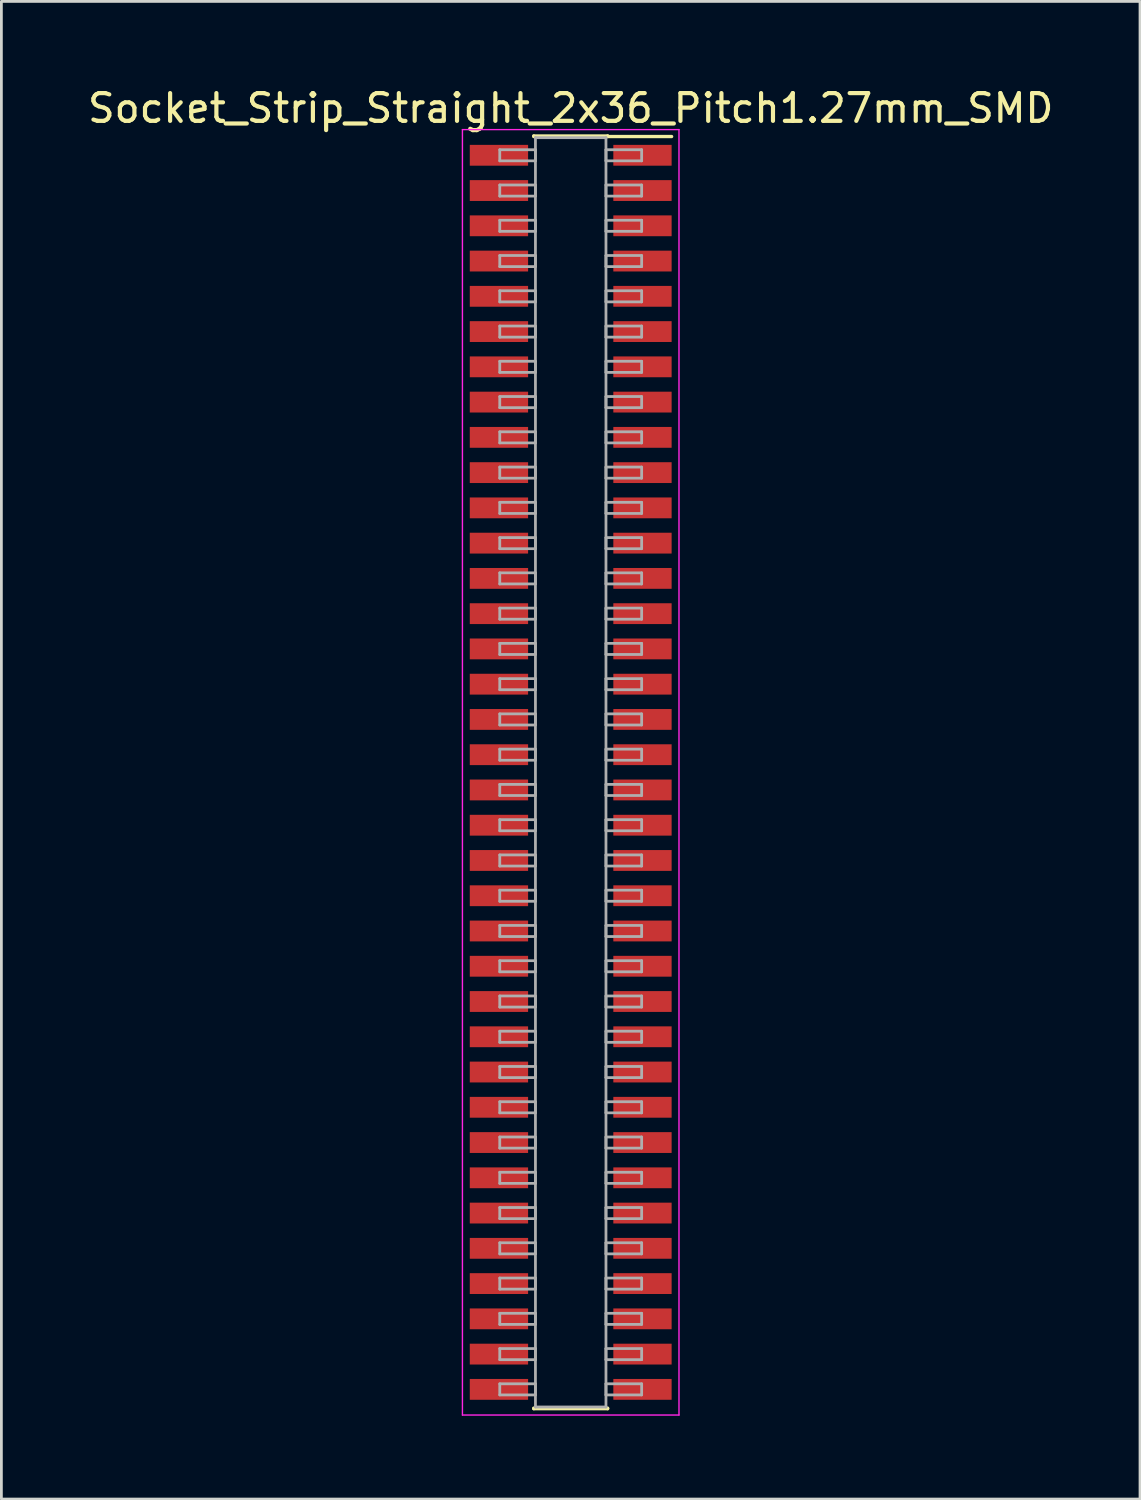
<source format=kicad_pcb>
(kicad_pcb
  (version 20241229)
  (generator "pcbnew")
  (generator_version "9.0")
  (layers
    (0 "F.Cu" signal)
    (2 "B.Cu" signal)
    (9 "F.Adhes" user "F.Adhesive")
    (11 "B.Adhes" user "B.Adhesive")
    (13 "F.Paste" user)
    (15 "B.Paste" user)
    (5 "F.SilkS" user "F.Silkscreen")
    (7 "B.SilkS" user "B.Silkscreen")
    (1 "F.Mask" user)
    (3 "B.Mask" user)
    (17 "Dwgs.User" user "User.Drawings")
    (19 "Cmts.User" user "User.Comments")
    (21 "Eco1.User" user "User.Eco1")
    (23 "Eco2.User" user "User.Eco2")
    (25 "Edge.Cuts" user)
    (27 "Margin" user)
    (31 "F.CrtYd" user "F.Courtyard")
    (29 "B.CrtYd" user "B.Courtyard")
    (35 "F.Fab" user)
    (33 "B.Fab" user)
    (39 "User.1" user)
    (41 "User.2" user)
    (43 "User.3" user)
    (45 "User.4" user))
  (footprint "Socket_Strip_Straight_2x36_Pitch1.27mm_SMD"
    (layer "F.Cu")
    (at 17.506 24.768)
    (property "Reference" "Socket_Strip_Straight_2x36_Pitch1.27mm_SMD" (at 0 -23.92 0) (layer "F.SilkS") (effects (font (size 1 1) (thickness 0.15))))
    (attr smd)
    (fp_line (start -1.33 -22.92) (end 1.33 -22.92) (stroke (width 0.12) (type solid)) (layer "F.SilkS"))
    (fp_line (start -1.33 -22.9) (end -1.33 -22.92) (stroke (width 0.12) (type solid)) (layer "F.SilkS"))
    (fp_line (start -1.33 22.9) (end -1.33 22.92) (stroke (width 0.12) (type solid)) (layer "F.SilkS"))
    (fp_line (start -1.33 22.92) (end 1.33 22.92) (stroke (width 0.12) (type solid)) (layer "F.SilkS"))
    (fp_line (start 1.33 -22.92) (end 1.33 -22.9) (stroke (width 0.12) (type solid)) (layer "F.SilkS"))
    (fp_line (start 1.33 22.92) (end 1.33 22.9) (stroke (width 0.12) (type solid)) (layer "F.SilkS"))
    (fp_line (start 3.635 -22.9) (end 1.33 -22.9) (stroke (width 0.12) (type solid)) (layer "F.SilkS"))
    (fp_line (start -3.9 -23.15) (end -3.9 23.15) (stroke (width 0.05) (type solid)) (layer "F.CrtYd"))
    (fp_line (start -3.9 23.15) (end 3.9 23.15) (stroke (width 0.05) (type solid)) (layer "F.CrtYd"))
    (fp_line (start 3.9 -23.15) (end -3.9 -23.15) (stroke (width 0.05) (type solid)) (layer "F.CrtYd"))
    (fp_line (start 3.9 23.15) (end 3.9 -23.15) (stroke (width 0.05) (type solid)) (layer "F.CrtYd"))
    (fp_line (start -2.555 -22.425) (end -1.27 -22.425) (stroke (width 0.1) (type solid)) (layer "F.Fab"))
    (fp_line (start -2.555 -22.025) (end -2.555 -22.425) (stroke (width 0.1) (type solid)) (layer "F.Fab"))
    (fp_line (start -2.555 -21.155) (end -1.27 -21.155) (stroke (width 0.1) (type solid)) (layer "F.Fab"))
    (fp_line (start -2.555 -20.755) (end -2.555 -21.155) (stroke (width 0.1) (type solid)) (layer "F.Fab"))
    (fp_line (start -2.555 -19.885) (end -1.27 -19.885) (stroke (width 0.1) (type solid)) (layer "F.Fab"))
    (fp_line (start -2.555 -19.485) (end -2.555 -19.885) (stroke (width 0.1) (type solid)) (layer "F.Fab"))
    (fp_line (start -2.555 -18.615) (end -1.27 -18.615) (stroke (width 0.1) (type solid)) (layer "F.Fab"))
    (fp_line (start -2.555 -18.215) (end -2.555 -18.615) (stroke (width 0.1) (type solid)) (layer "F.Fab"))
    (fp_line (start -2.555 -17.345) (end -1.27 -17.345) (stroke (width 0.1) (type solid)) (layer "F.Fab"))
    (fp_line (start -2.555 -16.945) (end -2.555 -17.345) (stroke (width 0.1) (type solid)) (layer "F.Fab"))
    (fp_line (start -2.555 -16.075) (end -1.27 -16.075) (stroke (width 0.1) (type solid)) (layer "F.Fab"))
    (fp_line (start -2.555 -15.675) (end -2.555 -16.075) (stroke (width 0.1) (type solid)) (layer "F.Fab"))
    (fp_line (start -2.555 -14.805) (end -1.27 -14.805) (stroke (width 0.1) (type solid)) (layer "F.Fab"))
    (fp_line (start -2.555 -14.405) (end -2.555 -14.805) (stroke (width 0.1) (type solid)) (layer "F.Fab"))
    (fp_line (start -2.555 -13.535) (end -1.27 -13.535) (stroke (width 0.1) (type solid)) (layer "F.Fab"))
    (fp_line (start -2.555 -13.135) (end -2.555 -13.535) (stroke (width 0.1) (type solid)) (layer "F.Fab"))
    (fp_line (start -2.555 -12.265) (end -1.27 -12.265) (stroke (width 0.1) (type solid)) (layer "F.Fab"))
    (fp_line (start -2.555 -11.865) (end -2.555 -12.265) (stroke (width 0.1) (type solid)) (layer "F.Fab"))
    (fp_line (start -2.555 -10.995) (end -1.27 -10.995) (stroke (width 0.1) (type solid)) (layer "F.Fab"))
    (fp_line (start -2.555 -10.595) (end -2.555 -10.995) (stroke (width 0.1) (type solid)) (layer "F.Fab"))
    (fp_line (start -2.555 -9.725) (end -1.27 -9.725) (stroke (width 0.1) (type solid)) (layer "F.Fab"))
    (fp_line (start -2.555 -9.325) (end -2.555 -9.725) (stroke (width 0.1) (type solid)) (layer "F.Fab"))
    (fp_line (start -2.555 -8.455) (end -1.27 -8.455) (stroke (width 0.1) (type solid)) (layer "F.Fab"))
    (fp_line (start -2.555 -8.055) (end -2.555 -8.455) (stroke (width 0.1) (type solid)) (layer "F.Fab"))
    (fp_line (start -2.555 -7.185) (end -1.27 -7.185) (stroke (width 0.1) (type solid)) (layer "F.Fab"))
    (fp_line (start -2.555 -6.785) (end -2.555 -7.185) (stroke (width 0.1) (type solid)) (layer "F.Fab"))
    (fp_line (start -2.555 -5.915) (end -1.27 -5.915) (stroke (width 0.1) (type solid)) (layer "F.Fab"))
    (fp_line (start -2.555 -5.515) (end -2.555 -5.915) (stroke (width 0.1) (type solid)) (layer "F.Fab"))
    (fp_line (start -2.555 -4.645) (end -1.27 -4.645) (stroke (width 0.1) (type solid)) (layer "F.Fab"))
    (fp_line (start -2.555 -4.245) (end -2.555 -4.645) (stroke (width 0.1) (type solid)) (layer "F.Fab"))
    (fp_line (start -2.555 -3.375) (end -1.27 -3.375) (stroke (width 0.1) (type solid)) (layer "F.Fab"))
    (fp_line (start -2.555 -2.975) (end -2.555 -3.375) (stroke (width 0.1) (type solid)) (layer "F.Fab"))
    (fp_line (start -2.555 -2.105) (end -1.27 -2.105) (stroke (width 0.1) (type solid)) (layer "F.Fab"))
    (fp_line (start -2.555 -1.705) (end -2.555 -2.105) (stroke (width 0.1) (type solid)) (layer "F.Fab"))
    (fp_line (start -2.555 -0.835) (end -1.27 -0.835) (stroke (width 0.1) (type solid)) (layer "F.Fab"))
    (fp_line (start -2.555 -0.435) (end -2.555 -0.835) (stroke (width 0.1) (type solid)) (layer "F.Fab"))
    (fp_line (start -2.555 0.435) (end -1.27 0.435) (stroke (width 0.1) (type solid)) (layer "F.Fab"))
    (fp_line (start -2.555 0.835) (end -2.555 0.435) (stroke (width 0.1) (type solid)) (layer "F.Fab"))
    (fp_line (start -2.555 1.705) (end -1.27 1.705) (stroke (width 0.1) (type solid)) (layer "F.Fab"))
    (fp_line (start -2.555 2.105) (end -2.555 1.705) (stroke (width 0.1) (type solid)) (layer "F.Fab"))
    (fp_line (start -2.555 2.975) (end -1.27 2.975) (stroke (width 0.1) (type solid)) (layer "F.Fab"))
    (fp_line (start -2.555 3.375) (end -2.555 2.975) (stroke (width 0.1) (type solid)) (layer "F.Fab"))
    (fp_line (start -2.555 4.245) (end -1.27 4.245) (stroke (width 0.1) (type solid)) (layer "F.Fab"))
    (fp_line (start -2.555 4.645) (end -2.555 4.245) (stroke (width 0.1) (type solid)) (layer "F.Fab"))
    (fp_line (start -2.555 5.515) (end -1.27 5.515) (stroke (width 0.1) (type solid)) (layer "F.Fab"))
    (fp_line (start -2.555 5.915) (end -2.555 5.515) (stroke (width 0.1) (type solid)) (layer "F.Fab"))
    (fp_line (start -2.555 6.785) (end -1.27 6.785) (stroke (width 0.1) (type solid)) (layer "F.Fab"))
    (fp_line (start -2.555 7.185) (end -2.555 6.785) (stroke (width 0.1) (type solid)) (layer "F.Fab"))
    (fp_line (start -2.555 8.055) (end -1.27 8.055) (stroke (width 0.1) (type solid)) (layer "F.Fab"))
    (fp_line (start -2.555 8.455) (end -2.555 8.055) (stroke (width 0.1) (type solid)) (layer "F.Fab"))
    (fp_line (start -2.555 9.325) (end -1.27 9.325) (stroke (width 0.1) (type solid)) (layer "F.Fab"))
    (fp_line (start -2.555 9.725) (end -2.555 9.325) (stroke (width 0.1) (type solid)) (layer "F.Fab"))
    (fp_line (start -2.555 10.595) (end -1.27 10.595) (stroke (width 0.1) (type solid)) (layer "F.Fab"))
    (fp_line (start -2.555 10.995) (end -2.555 10.595) (stroke (width 0.1) (type solid)) (layer "F.Fab"))
    (fp_line (start -2.555 11.865) (end -1.27 11.865) (stroke (width 0.1) (type solid)) (layer "F.Fab"))
    (fp_line (start -2.555 12.265) (end -2.555 11.865) (stroke (width 0.1) (type solid)) (layer "F.Fab"))
    (fp_line (start -2.555 13.135) (end -1.27 13.135) (stroke (width 0.1) (type solid)) (layer "F.Fab"))
    (fp_line (start -2.555 13.535) (end -2.555 13.135) (stroke (width 0.1) (type solid)) (layer "F.Fab"))
    (fp_line (start -2.555 14.405) (end -1.27 14.405) (stroke (width 0.1) (type solid)) (layer "F.Fab"))
    (fp_line (start -2.555 14.805) (end -2.555 14.405) (stroke (width 0.1) (type solid)) (layer "F.Fab"))
    (fp_line (start -2.555 15.675) (end -1.27 15.675) (stroke (width 0.1) (type solid)) (layer "F.Fab"))
    (fp_line (start -2.555 16.075) (end -2.555 15.675) (stroke (width 0.1) (type solid)) (layer "F.Fab"))
    (fp_line (start -2.555 16.945) (end -1.27 16.945) (stroke (width 0.1) (type solid)) (layer "F.Fab"))
    (fp_line (start -2.555 17.345) (end -2.555 16.945) (stroke (width 0.1) (type solid)) (layer "F.Fab"))
    (fp_line (start -2.555 18.215) (end -1.27 18.215) (stroke (width 0.1) (type solid)) (layer "F.Fab"))
    (fp_line (start -2.555 18.615) (end -2.555 18.215) (stroke (width 0.1) (type solid)) (layer "F.Fab"))
    (fp_line (start -2.555 19.485) (end -1.27 19.485) (stroke (width 0.1) (type solid)) (layer "F.Fab"))
    (fp_line (start -2.555 19.885) (end -2.555 19.485) (stroke (width 0.1) (type solid)) (layer "F.Fab"))
    (fp_line (start -2.555 20.755) (end -1.27 20.755) (stroke (width 0.1) (type solid)) (layer "F.Fab"))
    (fp_line (start -2.555 21.155) (end -2.555 20.755) (stroke (width 0.1) (type solid)) (layer "F.Fab"))
    (fp_line (start -2.555 22.025) (end -1.27 22.025) (stroke (width 0.1) (type solid)) (layer "F.Fab"))
    (fp_line (start -2.555 22.425) (end -2.555 22.025) (stroke (width 0.1) (type solid)) (layer "F.Fab"))
    (fp_line (start -1.27 -22.86) (end -1.27 22.86) (stroke (width 0.1) (type solid)) (layer "F.Fab"))
    (fp_line (start -1.27 -22.425) (end -1.27 -22.025) (stroke (width 0.1) (type solid)) (layer "F.Fab"))
    (fp_line (start -1.27 -22.025) (end -2.555 -22.025) (stroke (width 0.1) (type solid)) (layer "F.Fab"))
    (fp_line (start -1.27 -21.155) (end -1.27 -20.755) (stroke (width 0.1) (type solid)) (layer "F.Fab"))
    (fp_line (start -1.27 -20.755) (end -2.555 -20.755) (stroke (width 0.1) (type solid)) (layer "F.Fab"))
    (fp_line (start -1.27 -19.885) (end -1.27 -19.485) (stroke (width 0.1) (type solid)) (layer "F.Fab"))
    (fp_line (start -1.27 -19.485) (end -2.555 -19.485) (stroke (width 0.1) (type solid)) (layer "F.Fab"))
    (fp_line (start -1.27 -18.615) (end -1.27 -18.215) (stroke (width 0.1) (type solid)) (layer "F.Fab"))
    (fp_line (start -1.27 -18.215) (end -2.555 -18.215) (stroke (width 0.1) (type solid)) (layer "F.Fab"))
    (fp_line (start -1.27 -17.345) (end -1.27 -16.945) (stroke (width 0.1) (type solid)) (layer "F.Fab"))
    (fp_line (start -1.27 -16.945) (end -2.555 -16.945) (stroke (width 0.1) (type solid)) (layer "F.Fab"))
    (fp_line (start -1.27 -16.075) (end -1.27 -15.675) (stroke (width 0.1) (type solid)) (layer "F.Fab"))
    (fp_line (start -1.27 -15.675) (end -2.555 -15.675) (stroke (width 0.1) (type solid)) (layer "F.Fab"))
    (fp_line (start -1.27 -14.805) (end -1.27 -14.405) (stroke (width 0.1) (type solid)) (layer "F.Fab"))
    (fp_line (start -1.27 -14.405) (end -2.555 -14.405) (stroke (width 0.1) (type solid)) (layer "F.Fab"))
    (fp_line (start -1.27 -13.535) (end -1.27 -13.135) (stroke (width 0.1) (type solid)) (layer "F.Fab"))
    (fp_line (start -1.27 -13.135) (end -2.555 -13.135) (stroke (width 0.1) (type solid)) (layer "F.Fab"))
    (fp_line (start -1.27 -12.265) (end -1.27 -11.865) (stroke (width 0.1) (type solid)) (layer "F.Fab"))
    (fp_line (start -1.27 -11.865) (end -2.555 -11.865) (stroke (width 0.1) (type solid)) (layer "F.Fab"))
    (fp_line (start -1.27 -10.995) (end -1.27 -10.595) (stroke (width 0.1) (type solid)) (layer "F.Fab"))
    (fp_line (start -1.27 -10.595) (end -2.555 -10.595) (stroke (width 0.1) (type solid)) (layer "F.Fab"))
    (fp_line (start -1.27 -9.725) (end -1.27 -9.325) (stroke (width 0.1) (type solid)) (layer "F.Fab"))
    (fp_line (start -1.27 -9.325) (end -2.555 -9.325) (stroke (width 0.1) (type solid)) (layer "F.Fab"))
    (fp_line (start -1.27 -8.455) (end -1.27 -8.055) (stroke (width 0.1) (type solid)) (layer "F.Fab"))
    (fp_line (start -1.27 -8.055) (end -2.555 -8.055) (stroke (width 0.1) (type solid)) (layer "F.Fab"))
    (fp_line (start -1.27 -7.185) (end -1.27 -6.785) (stroke (width 0.1) (type solid)) (layer "F.Fab"))
    (fp_line (start -1.27 -6.785) (end -2.555 -6.785) (stroke (width 0.1) (type solid)) (layer "F.Fab"))
    (fp_line (start -1.27 -5.915) (end -1.27 -5.515) (stroke (width 0.1) (type solid)) (layer "F.Fab"))
    (fp_line (start -1.27 -5.515) (end -2.555 -5.515) (stroke (width 0.1) (type solid)) (layer "F.Fab"))
    (fp_line (start -1.27 -4.645) (end -1.27 -4.245) (stroke (width 0.1) (type solid)) (layer "F.Fab"))
    (fp_line (start -1.27 -4.245) (end -2.555 -4.245) (stroke (width 0.1) (type solid)) (layer "F.Fab"))
    (fp_line (start -1.27 -3.375) (end -1.27 -2.975) (stroke (width 0.1) (type solid)) (layer "F.Fab"))
    (fp_line (start -1.27 -2.975) (end -2.555 -2.975) (stroke (width 0.1) (type solid)) (layer "F.Fab"))
    (fp_line (start -1.27 -2.105) (end -1.27 -1.705) (stroke (width 0.1) (type solid)) (layer "F.Fab"))
    (fp_line (start -1.27 -1.705) (end -2.555 -1.705) (stroke (width 0.1) (type solid)) (layer "F.Fab"))
    (fp_line (start -1.27 -0.835) (end -1.27 -0.435) (stroke (width 0.1) (type solid)) (layer "F.Fab"))
    (fp_line (start -1.27 -0.435) (end -2.555 -0.435) (stroke (width 0.1) (type solid)) (layer "F.Fab"))
    (fp_line (start -1.27 0.435) (end -1.27 0.835) (stroke (width 0.1) (type solid)) (layer "F.Fab"))
    (fp_line (start -1.27 0.835) (end -2.555 0.835) (stroke (width 0.1) (type solid)) (layer "F.Fab"))
    (fp_line (start -1.27 1.705) (end -1.27 2.105) (stroke (width 0.1) (type solid)) (layer "F.Fab"))
    (fp_line (start -1.27 2.105) (end -2.555 2.105) (stroke (width 0.1) (type solid)) (layer "F.Fab"))
    (fp_line (start -1.27 2.975) (end -1.27 3.375) (stroke (width 0.1) (type solid)) (layer "F.Fab"))
    (fp_line (start -1.27 3.375) (end -2.555 3.375) (stroke (width 0.1) (type solid)) (layer "F.Fab"))
    (fp_line (start -1.27 4.245) (end -1.27 4.645) (stroke (width 0.1) (type solid)) (layer "F.Fab"))
    (fp_line (start -1.27 4.645) (end -2.555 4.645) (stroke (width 0.1) (type solid)) (layer "F.Fab"))
    (fp_line (start -1.27 5.515) (end -1.27 5.915) (stroke (width 0.1) (type solid)) (layer "F.Fab"))
    (fp_line (start -1.27 5.915) (end -2.555 5.915) (stroke (width 0.1) (type solid)) (layer "F.Fab"))
    (fp_line (start -1.27 6.785) (end -1.27 7.185) (stroke (width 0.1) (type solid)) (layer "F.Fab"))
    (fp_line (start -1.27 7.185) (end -2.555 7.185) (stroke (width 0.1) (type solid)) (layer "F.Fab"))
    (fp_line (start -1.27 8.055) (end -1.27 8.455) (stroke (width 0.1) (type solid)) (layer "F.Fab"))
    (fp_line (start -1.27 8.455) (end -2.555 8.455) (stroke (width 0.1) (type solid)) (layer "F.Fab"))
    (fp_line (start -1.27 9.325) (end -1.27 9.725) (stroke (width 0.1) (type solid)) (layer "F.Fab"))
    (fp_line (start -1.27 9.725) (end -2.555 9.725) (stroke (width 0.1) (type solid)) (layer "F.Fab"))
    (fp_line (start -1.27 10.595) (end -1.27 10.995) (stroke (width 0.1) (type solid)) (layer "F.Fab"))
    (fp_line (start -1.27 10.995) (end -2.555 10.995) (stroke (width 0.1) (type solid)) (layer "F.Fab"))
    (fp_line (start -1.27 11.865) (end -1.27 12.265) (stroke (width 0.1) (type solid)) (layer "F.Fab"))
    (fp_line (start -1.27 12.265) (end -2.555 12.265) (stroke (width 0.1) (type solid)) (layer "F.Fab"))
    (fp_line (start -1.27 13.135) (end -1.27 13.535) (stroke (width 0.1) (type solid)) (layer "F.Fab"))
    (fp_line (start -1.27 13.535) (end -2.555 13.535) (stroke (width 0.1) (type solid)) (layer "F.Fab"))
    (fp_line (start -1.27 14.405) (end -1.27 14.805) (stroke (width 0.1) (type solid)) (layer "F.Fab"))
    (fp_line (start -1.27 14.805) (end -2.555 14.805) (stroke (width 0.1) (type solid)) (layer "F.Fab"))
    (fp_line (start -1.27 15.675) (end -1.27 16.075) (stroke (width 0.1) (type solid)) (layer "F.Fab"))
    (fp_line (start -1.27 16.075) (end -2.555 16.075) (stroke (width 0.1) (type solid)) (layer "F.Fab"))
    (fp_line (start -1.27 16.945) (end -1.27 17.345) (stroke (width 0.1) (type solid)) (layer "F.Fab"))
    (fp_line (start -1.27 17.345) (end -2.555 17.345) (stroke (width 0.1) (type solid)) (layer "F.Fab"))
    (fp_line (start -1.27 18.215) (end -1.27 18.615) (stroke (width 0.1) (type solid)) (layer "F.Fab"))
    (fp_line (start -1.27 18.615) (end -2.555 18.615) (stroke (width 0.1) (type solid)) (layer "F.Fab"))
    (fp_line (start -1.27 19.485) (end -1.27 19.885) (stroke (width 0.1) (type solid)) (layer "F.Fab"))
    (fp_line (start -1.27 19.885) (end -2.555 19.885) (stroke (width 0.1) (type solid)) (layer "F.Fab"))
    (fp_line (start -1.27 20.755) (end -1.27 21.155) (stroke (width 0.1) (type solid)) (layer "F.Fab"))
    (fp_line (start -1.27 21.155) (end -2.555 21.155) (stroke (width 0.1) (type solid)) (layer "F.Fab"))
    (fp_line (start -1.27 22.025) (end -1.27 22.425) (stroke (width 0.1) (type solid)) (layer "F.Fab"))
    (fp_line (start -1.27 22.425) (end -2.555 22.425) (stroke (width 0.1) (type solid)) (layer "F.Fab"))
    (fp_line (start -1.27 22.86) (end 1.27 22.86) (stroke (width 0.1) (type solid)) (layer "F.Fab"))
    (fp_line (start 1.27 -22.86) (end -1.27 -22.86) (stroke (width 0.1) (type solid)) (layer "F.Fab"))
    (fp_line (start 1.27 -22.425) (end 1.27 -22.025) (stroke (width 0.1) (type solid)) (layer "F.Fab"))
    (fp_line (start 1.27 -22.025) (end 2.555 -22.025) (stroke (width 0.1) (type solid)) (layer "F.Fab"))
    (fp_line (start 1.27 -21.155) (end 1.27 -20.755) (stroke (width 0.1) (type solid)) (layer "F.Fab"))
    (fp_line (start 1.27 -20.755) (end 2.555 -20.755) (stroke (width 0.1) (type solid)) (layer "F.Fab"))
    (fp_line (start 1.27 -19.885) (end 1.27 -19.485) (stroke (width 0.1) (type solid)) (layer "F.Fab"))
    (fp_line (start 1.27 -19.485) (end 2.555 -19.485) (stroke (width 0.1) (type solid)) (layer "F.Fab"))
    (fp_line (start 1.27 -18.615) (end 1.27 -18.215) (stroke (width 0.1) (type solid)) (layer "F.Fab"))
    (fp_line (start 1.27 -18.215) (end 2.555 -18.215) (stroke (width 0.1) (type solid)) (layer "F.Fab"))
    (fp_line (start 1.27 -17.345) (end 1.27 -16.945) (stroke (width 0.1) (type solid)) (layer "F.Fab"))
    (fp_line (start 1.27 -16.945) (end 2.555 -16.945) (stroke (width 0.1) (type solid)) (layer "F.Fab"))
    (fp_line (start 1.27 -16.075) (end 1.27 -15.675) (stroke (width 0.1) (type solid)) (layer "F.Fab"))
    (fp_line (start 1.27 -15.675) (end 2.555 -15.675) (stroke (width 0.1) (type solid)) (layer "F.Fab"))
    (fp_line (start 1.27 -14.805) (end 1.27 -14.405) (stroke (width 0.1) (type solid)) (layer "F.Fab"))
    (fp_line (start 1.27 -14.405) (end 2.555 -14.405) (stroke (width 0.1) (type solid)) (layer "F.Fab"))
    (fp_line (start 1.27 -13.535) (end 1.27 -13.135) (stroke (width 0.1) (type solid)) (layer "F.Fab"))
    (fp_line (start 1.27 -13.135) (end 2.555 -13.135) (stroke (width 0.1) (type solid)) (layer "F.Fab"))
    (fp_line (start 1.27 -12.265) (end 1.27 -11.865) (stroke (width 0.1) (type solid)) (layer "F.Fab"))
    (fp_line (start 1.27 -11.865) (end 2.555 -11.865) (stroke (width 0.1) (type solid)) (layer "F.Fab"))
    (fp_line (start 1.27 -10.995) (end 1.27 -10.595) (stroke (width 0.1) (type solid)) (layer "F.Fab"))
    (fp_line (start 1.27 -10.595) (end 2.555 -10.595) (stroke (width 0.1) (type solid)) (layer "F.Fab"))
    (fp_line (start 1.27 -9.725) (end 1.27 -9.325) (stroke (width 0.1) (type solid)) (layer "F.Fab"))
    (fp_line (start 1.27 -9.325) (end 2.555 -9.325) (stroke (width 0.1) (type solid)) (layer "F.Fab"))
    (fp_line (start 1.27 -8.455) (end 1.27 -8.055) (stroke (width 0.1) (type solid)) (layer "F.Fab"))
    (fp_line (start 1.27 -8.055) (end 2.555 -8.055) (stroke (width 0.1) (type solid)) (layer "F.Fab"))
    (fp_line (start 1.27 -7.185) (end 1.27 -6.785) (stroke (width 0.1) (type solid)) (layer "F.Fab"))
    (fp_line (start 1.27 -6.785) (end 2.555 -6.785) (stroke (width 0.1) (type solid)) (layer "F.Fab"))
    (fp_line (start 1.27 -5.915) (end 1.27 -5.515) (stroke (width 0.1) (type solid)) (layer "F.Fab"))
    (fp_line (start 1.27 -5.515) (end 2.555 -5.515) (stroke (width 0.1) (type solid)) (layer "F.Fab"))
    (fp_line (start 1.27 -4.645) (end 1.27 -4.245) (stroke (width 0.1) (type solid)) (layer "F.Fab"))
    (fp_line (start 1.27 -4.245) (end 2.555 -4.245) (stroke (width 0.1) (type solid)) (layer "F.Fab"))
    (fp_line (start 1.27 -3.375) (end 1.27 -2.975) (stroke (width 0.1) (type solid)) (layer "F.Fab"))
    (fp_line (start 1.27 -2.975) (end 2.555 -2.975) (stroke (width 0.1) (type solid)) (layer "F.Fab"))
    (fp_line (start 1.27 -2.105) (end 1.27 -1.705) (stroke (width 0.1) (type solid)) (layer "F.Fab"))
    (fp_line (start 1.27 -1.705) (end 2.555 -1.705) (stroke (width 0.1) (type solid)) (layer "F.Fab"))
    (fp_line (start 1.27 -0.835) (end 1.27 -0.435) (stroke (width 0.1) (type solid)) (layer "F.Fab"))
    (fp_line (start 1.27 -0.435) (end 2.555 -0.435) (stroke (width 0.1) (type solid)) (layer "F.Fab"))
    (fp_line (start 1.27 0.435) (end 1.27 0.835) (stroke (width 0.1) (type solid)) (layer "F.Fab"))
    (fp_line (start 1.27 0.835) (end 2.555 0.835) (stroke (width 0.1) (type solid)) (layer "F.Fab"))
    (fp_line (start 1.27 1.705) (end 1.27 2.105) (stroke (width 0.1) (type solid)) (layer "F.Fab"))
    (fp_line (start 1.27 2.105) (end 2.555 2.105) (stroke (width 0.1) (type solid)) (layer "F.Fab"))
    (fp_line (start 1.27 2.975) (end 1.27 3.375) (stroke (width 0.1) (type solid)) (layer "F.Fab"))
    (fp_line (start 1.27 3.375) (end 2.555 3.375) (stroke (width 0.1) (type solid)) (layer "F.Fab"))
    (fp_line (start 1.27 4.245) (end 1.27 4.645) (stroke (width 0.1) (type solid)) (layer "F.Fab"))
    (fp_line (start 1.27 4.645) (end 2.555 4.645) (stroke (width 0.1) (type solid)) (layer "F.Fab"))
    (fp_line (start 1.27 5.515) (end 1.27 5.915) (stroke (width 0.1) (type solid)) (layer "F.Fab"))
    (fp_line (start 1.27 5.915) (end 2.555 5.915) (stroke (width 0.1) (type solid)) (layer "F.Fab"))
    (fp_line (start 1.27 6.785) (end 1.27 7.185) (stroke (width 0.1) (type solid)) (layer "F.Fab"))
    (fp_line (start 1.27 7.185) (end 2.555 7.185) (stroke (width 0.1) (type solid)) (layer "F.Fab"))
    (fp_line (start 1.27 8.055) (end 1.27 8.455) (stroke (width 0.1) (type solid)) (layer "F.Fab"))
    (fp_line (start 1.27 8.455) (end 2.555 8.455) (stroke (width 0.1) (type solid)) (layer "F.Fab"))
    (fp_line (start 1.27 9.325) (end 1.27 9.725) (stroke (width 0.1) (type solid)) (layer "F.Fab"))
    (fp_line (start 1.27 9.725) (end 2.555 9.725) (stroke (width 0.1) (type solid)) (layer "F.Fab"))
    (fp_line (start 1.27 10.595) (end 1.27 10.995) (stroke (width 0.1) (type solid)) (layer "F.Fab"))
    (fp_line (start 1.27 10.995) (end 2.555 10.995) (stroke (width 0.1) (type solid)) (layer "F.Fab"))
    (fp_line (start 1.27 11.865) (end 1.27 12.265) (stroke (width 0.1) (type solid)) (layer "F.Fab"))
    (fp_line (start 1.27 12.265) (end 2.555 12.265) (stroke (width 0.1) (type solid)) (layer "F.Fab"))
    (fp_line (start 1.27 13.135) (end 1.27 13.535) (stroke (width 0.1) (type solid)) (layer "F.Fab"))
    (fp_line (start 1.27 13.535) (end 2.555 13.535) (stroke (width 0.1) (type solid)) (layer "F.Fab"))
    (fp_line (start 1.27 14.405) (end 1.27 14.805) (stroke (width 0.1) (type solid)) (layer "F.Fab"))
    (fp_line (start 1.27 14.805) (end 2.555 14.805) (stroke (width 0.1) (type solid)) (layer "F.Fab"))
    (fp_line (start 1.27 15.675) (end 1.27 16.075) (stroke (width 0.1) (type solid)) (layer "F.Fab"))
    (fp_line (start 1.27 16.075) (end 2.555 16.075) (stroke (width 0.1) (type solid)) (layer "F.Fab"))
    (fp_line (start 1.27 16.945) (end 1.27 17.345) (stroke (width 0.1) (type solid)) (layer "F.Fab"))
    (fp_line (start 1.27 17.345) (end 2.555 17.345) (stroke (width 0.1) (type solid)) (layer "F.Fab"))
    (fp_line (start 1.27 18.215) (end 1.27 18.615) (stroke (width 0.1) (type solid)) (layer "F.Fab"))
    (fp_line (start 1.27 18.615) (end 2.555 18.615) (stroke (width 0.1) (type solid)) (layer "F.Fab"))
    (fp_line (start 1.27 19.485) (end 1.27 19.885) (stroke (width 0.1) (type solid)) (layer "F.Fab"))
    (fp_line (start 1.27 19.885) (end 2.555 19.885) (stroke (width 0.1) (type solid)) (layer "F.Fab"))
    (fp_line (start 1.27 20.755) (end 1.27 21.155) (stroke (width 0.1) (type solid)) (layer "F.Fab"))
    (fp_line (start 1.27 21.155) (end 2.555 21.155) (stroke (width 0.1) (type solid)) (layer "F.Fab"))
    (fp_line (start 1.27 22.025) (end 1.27 22.425) (stroke (width 0.1) (type solid)) (layer "F.Fab"))
    (fp_line (start 1.27 22.425) (end 2.555 22.425) (stroke (width 0.1) (type solid)) (layer "F.Fab"))
    (fp_line (start 1.27 22.86) (end 1.27 -22.86) (stroke (width 0.1) (type solid)) (layer "F.Fab"))
    (fp_line (start 2.555 -22.425) (end 1.27 -22.425) (stroke (width 0.1) (type solid)) (layer "F.Fab"))
    (fp_line (start 2.555 -22.025) (end 2.555 -22.425) (stroke (width 0.1) (type solid)) (layer "F.Fab"))
    (fp_line (start 2.555 -21.155) (end 1.27 -21.155) (stroke (width 0.1) (type solid)) (layer "F.Fab"))
    (fp_line (start 2.555 -20.755) (end 2.555 -21.155) (stroke (width 0.1) (type solid)) (layer "F.Fab"))
    (fp_line (start 2.555 -19.885) (end 1.27 -19.885) (stroke (width 0.1) (type solid)) (layer "F.Fab"))
    (fp_line (start 2.555 -19.485) (end 2.555 -19.885) (stroke (width 0.1) (type solid)) (layer "F.Fab"))
    (fp_line (start 2.555 -18.615) (end 1.27 -18.615) (stroke (width 0.1) (type solid)) (layer "F.Fab"))
    (fp_line (start 2.555 -18.215) (end 2.555 -18.615) (stroke (width 0.1) (type solid)) (layer "F.Fab"))
    (fp_line (start 2.555 -17.345) (end 1.27 -17.345) (stroke (width 0.1) (type solid)) (layer "F.Fab"))
    (fp_line (start 2.555 -16.945) (end 2.555 -17.345) (stroke (width 0.1) (type solid)) (layer "F.Fab"))
    (fp_line (start 2.555 -16.075) (end 1.27 -16.075) (stroke (width 0.1) (type solid)) (layer "F.Fab"))
    (fp_line (start 2.555 -15.675) (end 2.555 -16.075) (stroke (width 0.1) (type solid)) (layer "F.Fab"))
    (fp_line (start 2.555 -14.805) (end 1.27 -14.805) (stroke (width 0.1) (type solid)) (layer "F.Fab"))
    (fp_line (start 2.555 -14.405) (end 2.555 -14.805) (stroke (width 0.1) (type solid)) (layer "F.Fab"))
    (fp_line (start 2.555 -13.535) (end 1.27 -13.535) (stroke (width 0.1) (type solid)) (layer "F.Fab"))
    (fp_line (start 2.555 -13.135) (end 2.555 -13.535) (stroke (width 0.1) (type solid)) (layer "F.Fab"))
    (fp_line (start 2.555 -12.265) (end 1.27 -12.265) (stroke (width 0.1) (type solid)) (layer "F.Fab"))
    (fp_line (start 2.555 -11.865) (end 2.555 -12.265) (stroke (width 0.1) (type solid)) (layer "F.Fab"))
    (fp_line (start 2.555 -10.995) (end 1.27 -10.995) (stroke (width 0.1) (type solid)) (layer "F.Fab"))
    (fp_line (start 2.555 -10.595) (end 2.555 -10.995) (stroke (width 0.1) (type solid)) (layer "F.Fab"))
    (fp_line (start 2.555 -9.725) (end 1.27 -9.725) (stroke (width 0.1) (type solid)) (layer "F.Fab"))
    (fp_line (start 2.555 -9.325) (end 2.555 -9.725) (stroke (width 0.1) (type solid)) (layer "F.Fab"))
    (fp_line (start 2.555 -8.455) (end 1.27 -8.455) (stroke (width 0.1) (type solid)) (layer "F.Fab"))
    (fp_line (start 2.555 -8.055) (end 2.555 -8.455) (stroke (width 0.1) (type solid)) (layer "F.Fab"))
    (fp_line (start 2.555 -7.185) (end 1.27 -7.185) (stroke (width 0.1) (type solid)) (layer "F.Fab"))
    (fp_line (start 2.555 -6.785) (end 2.555 -7.185) (stroke (width 0.1) (type solid)) (layer "F.Fab"))
    (fp_line (start 2.555 -5.915) (end 1.27 -5.915) (stroke (width 0.1) (type solid)) (layer "F.Fab"))
    (fp_line (start 2.555 -5.515) (end 2.555 -5.915) (stroke (width 0.1) (type solid)) (layer "F.Fab"))
    (fp_line (start 2.555 -4.645) (end 1.27 -4.645) (stroke (width 0.1) (type solid)) (layer "F.Fab"))
    (fp_line (start 2.555 -4.245) (end 2.555 -4.645) (stroke (width 0.1) (type solid)) (layer "F.Fab"))
    (fp_line (start 2.555 -3.375) (end 1.27 -3.375) (stroke (width 0.1) (type solid)) (layer "F.Fab"))
    (fp_line (start 2.555 -2.975) (end 2.555 -3.375) (stroke (width 0.1) (type solid)) (layer "F.Fab"))
    (fp_line (start 2.555 -2.105) (end 1.27 -2.105) (stroke (width 0.1) (type solid)) (layer "F.Fab"))
    (fp_line (start 2.555 -1.705) (end 2.555 -2.105) (stroke (width 0.1) (type solid)) (layer "F.Fab"))
    (fp_line (start 2.555 -0.835) (end 1.27 -0.835) (stroke (width 0.1) (type solid)) (layer "F.Fab"))
    (fp_line (start 2.555 -0.435) (end 2.555 -0.835) (stroke (width 0.1) (type solid)) (layer "F.Fab"))
    (fp_line (start 2.555 0.435) (end 1.27 0.435) (stroke (width 0.1) (type solid)) (layer "F.Fab"))
    (fp_line (start 2.555 0.835) (end 2.555 0.435) (stroke (width 0.1) (type solid)) (layer "F.Fab"))
    (fp_line (start 2.555 1.705) (end 1.27 1.705) (stroke (width 0.1) (type solid)) (layer "F.Fab"))
    (fp_line (start 2.555 2.105) (end 2.555 1.705) (stroke (width 0.1) (type solid)) (layer "F.Fab"))
    (fp_line (start 2.555 2.975) (end 1.27 2.975) (stroke (width 0.1) (type solid)) (layer "F.Fab"))
    (fp_line (start 2.555 3.375) (end 2.555 2.975) (stroke (width 0.1) (type solid)) (layer "F.Fab"))
    (fp_line (start 2.555 4.245) (end 1.27 4.245) (stroke (width 0.1) (type solid)) (layer "F.Fab"))
    (fp_line (start 2.555 4.645) (end 2.555 4.245) (stroke (width 0.1) (type solid)) (layer "F.Fab"))
    (fp_line (start 2.555 5.515) (end 1.27 5.515) (stroke (width 0.1) (type solid)) (layer "F.Fab"))
    (fp_line (start 2.555 5.915) (end 2.555 5.515) (stroke (width 0.1) (type solid)) (layer "F.Fab"))
    (fp_line (start 2.555 6.785) (end 1.27 6.785) (stroke (width 0.1) (type solid)) (layer "F.Fab"))
    (fp_line (start 2.555 7.185) (end 2.555 6.785) (stroke (width 0.1) (type solid)) (layer "F.Fab"))
    (fp_line (start 2.555 8.055) (end 1.27 8.055) (stroke (width 0.1) (type solid)) (layer "F.Fab"))
    (fp_line (start 2.555 8.455) (end 2.555 8.055) (stroke (width 0.1) (type solid)) (layer "F.Fab"))
    (fp_line (start 2.555 9.325) (end 1.27 9.325) (stroke (width 0.1) (type solid)) (layer "F.Fab"))
    (fp_line (start 2.555 9.725) (end 2.555 9.325) (stroke (width 0.1) (type solid)) (layer "F.Fab"))
    (fp_line (start 2.555 10.595) (end 1.27 10.595) (stroke (width 0.1) (type solid)) (layer "F.Fab"))
    (fp_line (start 2.555 10.995) (end 2.555 10.595) (stroke (width 0.1) (type solid)) (layer "F.Fab"))
    (fp_line (start 2.555 11.865) (end 1.27 11.865) (stroke (width 0.1) (type solid)) (layer "F.Fab"))
    (fp_line (start 2.555 12.265) (end 2.555 11.865) (stroke (width 0.1) (type solid)) (layer "F.Fab"))
    (fp_line (start 2.555 13.135) (end 1.27 13.135) (stroke (width 0.1) (type solid)) (layer "F.Fab"))
    (fp_line (start 2.555 13.535) (end 2.555 13.135) (stroke (width 0.1) (type solid)) (layer "F.Fab"))
    (fp_line (start 2.555 14.405) (end 1.27 14.405) (stroke (width 0.1) (type solid)) (layer "F.Fab"))
    (fp_line (start 2.555 14.805) (end 2.555 14.405) (stroke (width 0.1) (type solid)) (layer "F.Fab"))
    (fp_line (start 2.555 15.675) (end 1.27 15.675) (stroke (width 0.1) (type solid)) (layer "F.Fab"))
    (fp_line (start 2.555 16.075) (end 2.555 15.675) (stroke (width 0.1) (type solid)) (layer "F.Fab"))
    (fp_line (start 2.555 16.945) (end 1.27 16.945) (stroke (width 0.1) (type solid)) (layer "F.Fab"))
    (fp_line (start 2.555 17.345) (end 2.555 16.945) (stroke (width 0.1) (type solid)) (layer "F.Fab"))
    (fp_line (start 2.555 18.215) (end 1.27 18.215) (stroke (width 0.1) (type solid)) (layer "F.Fab"))
    (fp_line (start 2.555 18.615) (end 2.555 18.215) (stroke (width 0.1) (type solid)) (layer "F.Fab"))
    (fp_line (start 2.555 19.485) (end 1.27 19.485) (stroke (width 0.1) (type solid)) (layer "F.Fab"))
    (fp_line (start 2.555 19.885) (end 2.555 19.485) (stroke (width 0.1) (type solid)) (layer "F.Fab"))
    (fp_line (start 2.555 20.755) (end 1.27 20.755) (stroke (width 0.1) (type solid)) (layer "F.Fab"))
    (fp_line (start 2.555 21.155) (end 2.555 20.755) (stroke (width 0.1) (type solid)) (layer "F.Fab"))
    (fp_line (start 2.555 22.025) (end 1.27 22.025) (stroke (width 0.1) (type solid)) (layer "F.Fab"))
    (fp_line (start 2.555 22.425) (end 2.555 22.025) (stroke (width 0.1) (type solid)) (layer "F.Fab"))
    (pad "1" smd rect (at 2.585 -22.225) (size 2.1 0.75) (layers "F.Cu" "F.Mask"))
    (pad "2" smd rect (at -2.585 -22.225) (size 2.1 0.75) (layers "F.Cu" "F.Mask"))
    (pad "3" smd rect (at 2.585 -20.955) (size 2.1 0.75) (layers "F.Cu" "F.Mask"))
    (pad "4" smd rect (at -2.585 -20.955) (size 2.1 0.75) (layers "F.Cu" "F.Mask"))
    (pad "5" smd rect (at 2.585 -19.685) (size 2.1 0.75) (layers "F.Cu" "F.Mask"))
    (pad "6" smd rect (at -2.585 -19.685) (size 2.1 0.75) (layers "F.Cu" "F.Mask"))
    (pad "7" smd rect (at 2.585 -18.415) (size 2.1 0.75) (layers "F.Cu" "F.Mask"))
    (pad "8" smd rect (at -2.585 -18.415) (size 2.1 0.75) (layers "F.Cu" "F.Mask"))
    (pad "9" smd rect (at 2.585 -17.145) (size 2.1 0.75) (layers "F.Cu" "F.Mask"))
    (pad "10" smd rect (at -2.585 -17.145) (size 2.1 0.75) (layers "F.Cu" "F.Mask"))
    (pad "11" smd rect (at 2.585 -15.875) (size 2.1 0.75) (layers "F.Cu" "F.Mask"))
    (pad "12" smd rect (at -2.585 -15.875) (size 2.1 0.75) (layers "F.Cu" "F.Mask"))
    (pad "13" smd rect (at 2.585 -14.605) (size 2.1 0.75) (layers "F.Cu" "F.Mask"))
    (pad "14" smd rect (at -2.585 -14.605) (size 2.1 0.75) (layers "F.Cu" "F.Mask"))
    (pad "15" smd rect (at 2.585 -13.335) (size 2.1 0.75) (layers "F.Cu" "F.Mask"))
    (pad "16" smd rect (at -2.585 -13.335) (size 2.1 0.75) (layers "F.Cu" "F.Mask"))
    (pad "17" smd rect (at 2.585 -12.065) (size 2.1 0.75) (layers "F.Cu" "F.Mask"))
    (pad "18" smd rect (at -2.585 -12.065) (size 2.1 0.75) (layers "F.Cu" "F.Mask"))
    (pad "19" smd rect (at 2.585 -10.795) (size 2.1 0.75) (layers "F.Cu" "F.Mask"))
    (pad "20" smd rect (at -2.585 -10.795) (size 2.1 0.75) (layers "F.Cu" "F.Mask"))
    (pad "21" smd rect (at 2.585 -9.525) (size 2.1 0.75) (layers "F.Cu" "F.Mask"))
    (pad "22" smd rect (at -2.585 -9.525) (size 2.1 0.75) (layers "F.Cu" "F.Mask"))
    (pad "23" smd rect (at 2.585 -8.255) (size 2.1 0.75) (layers "F.Cu" "F.Mask"))
    (pad "24" smd rect (at -2.585 -8.255) (size 2.1 0.75) (layers "F.Cu" "F.Mask"))
    (pad "25" smd rect (at 2.585 -6.985) (size 2.1 0.75) (layers "F.Cu" "F.Mask"))
    (pad "26" smd rect (at -2.585 -6.985) (size 2.1 0.75) (layers "F.Cu" "F.Mask"))
    (pad "27" smd rect (at 2.585 -5.715) (size 2.1 0.75) (layers "F.Cu" "F.Mask"))
    (pad "28" smd rect (at -2.585 -5.715) (size 2.1 0.75) (layers "F.Cu" "F.Mask"))
    (pad "29" smd rect (at 2.585 -4.445) (size 2.1 0.75) (layers "F.Cu" "F.Mask"))
    (pad "30" smd rect (at -2.585 -4.445) (size 2.1 0.75) (layers "F.Cu" "F.Mask"))
    (pad "31" smd rect (at 2.585 -3.175) (size 2.1 0.75) (layers "F.Cu" "F.Mask"))
    (pad "32" smd rect (at -2.585 -3.175) (size 2.1 0.75) (layers "F.Cu" "F.Mask"))
    (pad "33" smd rect (at 2.585 -1.905) (size 2.1 0.75) (layers "F.Cu" "F.Mask"))
    (pad "34" smd rect (at -2.585 -1.905) (size 2.1 0.75) (layers "F.Cu" "F.Mask"))
    (pad "35" smd rect (at 2.585 -0.635) (size 2.1 0.75) (layers "F.Cu" "F.Mask"))
    (pad "36" smd rect (at -2.585 -0.635) (size 2.1 0.75) (layers "F.Cu" "F.Mask"))
    (pad "37" smd rect (at 2.585 0.635) (size 2.1 0.75) (layers "F.Cu" "F.Mask"))
    (pad "38" smd rect (at -2.585 0.635) (size 2.1 0.75) (layers "F.Cu" "F.Mask"))
    (pad "39" smd rect (at 2.585 1.905) (size 2.1 0.75) (layers "F.Cu" "F.Mask"))
    (pad "40" smd rect (at -2.585 1.905) (size 2.1 0.75) (layers "F.Cu" "F.Mask"))
    (pad "41" smd rect (at 2.585 3.175) (size 2.1 0.75) (layers "F.Cu" "F.Mask"))
    (pad "42" smd rect (at -2.585 3.175) (size 2.1 0.75) (layers "F.Cu" "F.Mask"))
    (pad "43" smd rect (at 2.585 4.445) (size 2.1 0.75) (layers "F.Cu" "F.Mask"))
    (pad "44" smd rect (at -2.585 4.445) (size 2.1 0.75) (layers "F.Cu" "F.Mask"))
    (pad "45" smd rect (at 2.585 5.715) (size 2.1 0.75) (layers "F.Cu" "F.Mask"))
    (pad "46" smd rect (at -2.585 5.715) (size 2.1 0.75) (layers "F.Cu" "F.Mask"))
    (pad "47" smd rect (at 2.585 6.985) (size 2.1 0.75) (layers "F.Cu" "F.Mask"))
    (pad "48" smd rect (at -2.585 6.985) (size 2.1 0.75) (layers "F.Cu" "F.Mask"))
    (pad "49" smd rect (at 2.585 8.255) (size 2.1 0.75) (layers "F.Cu" "F.Mask"))
    (pad "50" smd rect (at -2.585 8.255) (size 2.1 0.75) (layers "F.Cu" "F.Mask"))
    (pad "51" smd rect (at 2.585 9.525) (size 2.1 0.75) (layers "F.Cu" "F.Mask"))
    (pad "52" smd rect (at -2.585 9.525) (size 2.1 0.75) (layers "F.Cu" "F.Mask"))
    (pad "53" smd rect (at 2.585 10.795) (size 2.1 0.75) (layers "F.Cu" "F.Mask"))
    (pad "54" smd rect (at -2.585 10.795) (size 2.1 0.75) (layers "F.Cu" "F.Mask"))
    (pad "55" smd rect (at 2.585 12.065) (size 2.1 0.75) (layers "F.Cu" "F.Mask"))
    (pad "56" smd rect (at -2.585 12.065) (size 2.1 0.75) (layers "F.Cu" "F.Mask"))
    (pad "57" smd rect (at 2.585 13.335) (size 2.1 0.75) (layers "F.Cu" "F.Mask"))
    (pad "58" smd rect (at -2.585 13.335) (size 2.1 0.75) (layers "F.Cu" "F.Mask"))
    (pad "59" smd rect (at 2.585 14.605) (size 2.1 0.75) (layers "F.Cu" "F.Mask"))
    (pad "60" smd rect (at -2.585 14.605) (size 2.1 0.75) (layers "F.Cu" "F.Mask"))
    (pad "61" smd rect (at 2.585 15.875) (size 2.1 0.75) (layers "F.Cu" "F.Mask"))
    (pad "62" smd rect (at -2.585 15.875) (size 2.1 0.75) (layers "F.Cu" "F.Mask"))
    (pad "63" smd rect (at 2.585 17.145) (size 2.1 0.75) (layers "F.Cu" "F.Mask"))
    (pad "64" smd rect (at -2.585 17.145) (size 2.1 0.75) (layers "F.Cu" "F.Mask"))
    (pad "65" smd rect (at 2.585 18.415) (size 2.1 0.75) (layers "F.Cu" "F.Mask"))
    (pad "66" smd rect (at -2.585 18.415) (size 2.1 0.75) (layers "F.Cu" "F.Mask"))
    (pad "67" smd rect (at 2.585 19.685) (size 2.1 0.75) (layers "F.Cu" "F.Mask"))
    (pad "68" smd rect (at -2.585 19.685) (size 2.1 0.75) (layers "F.Cu" "F.Mask"))
    (pad "69" smd rect (at 2.585 20.955) (size 2.1 0.75) (layers "F.Cu" "F.Mask"))
    (pad "70" smd rect (at -2.585 20.955) (size 2.1 0.75) (layers "F.Cu" "F.Mask"))
    (pad "71" smd rect (at 2.585 22.225) (size 2.1 0.75) (layers "F.Cu" "F.Mask"))
    (pad "72" smd rect (at -2.585 22.225) (size 2.1 0.75) (layers "F.Cu" "F.Mask")))
  (gr_rect
    (start -3 -3)
    (end 38.012 50.943)
    (stroke (width 0.1) (type default))
    (fill no)
    (layer "Edge.Cuts")))
</source>
